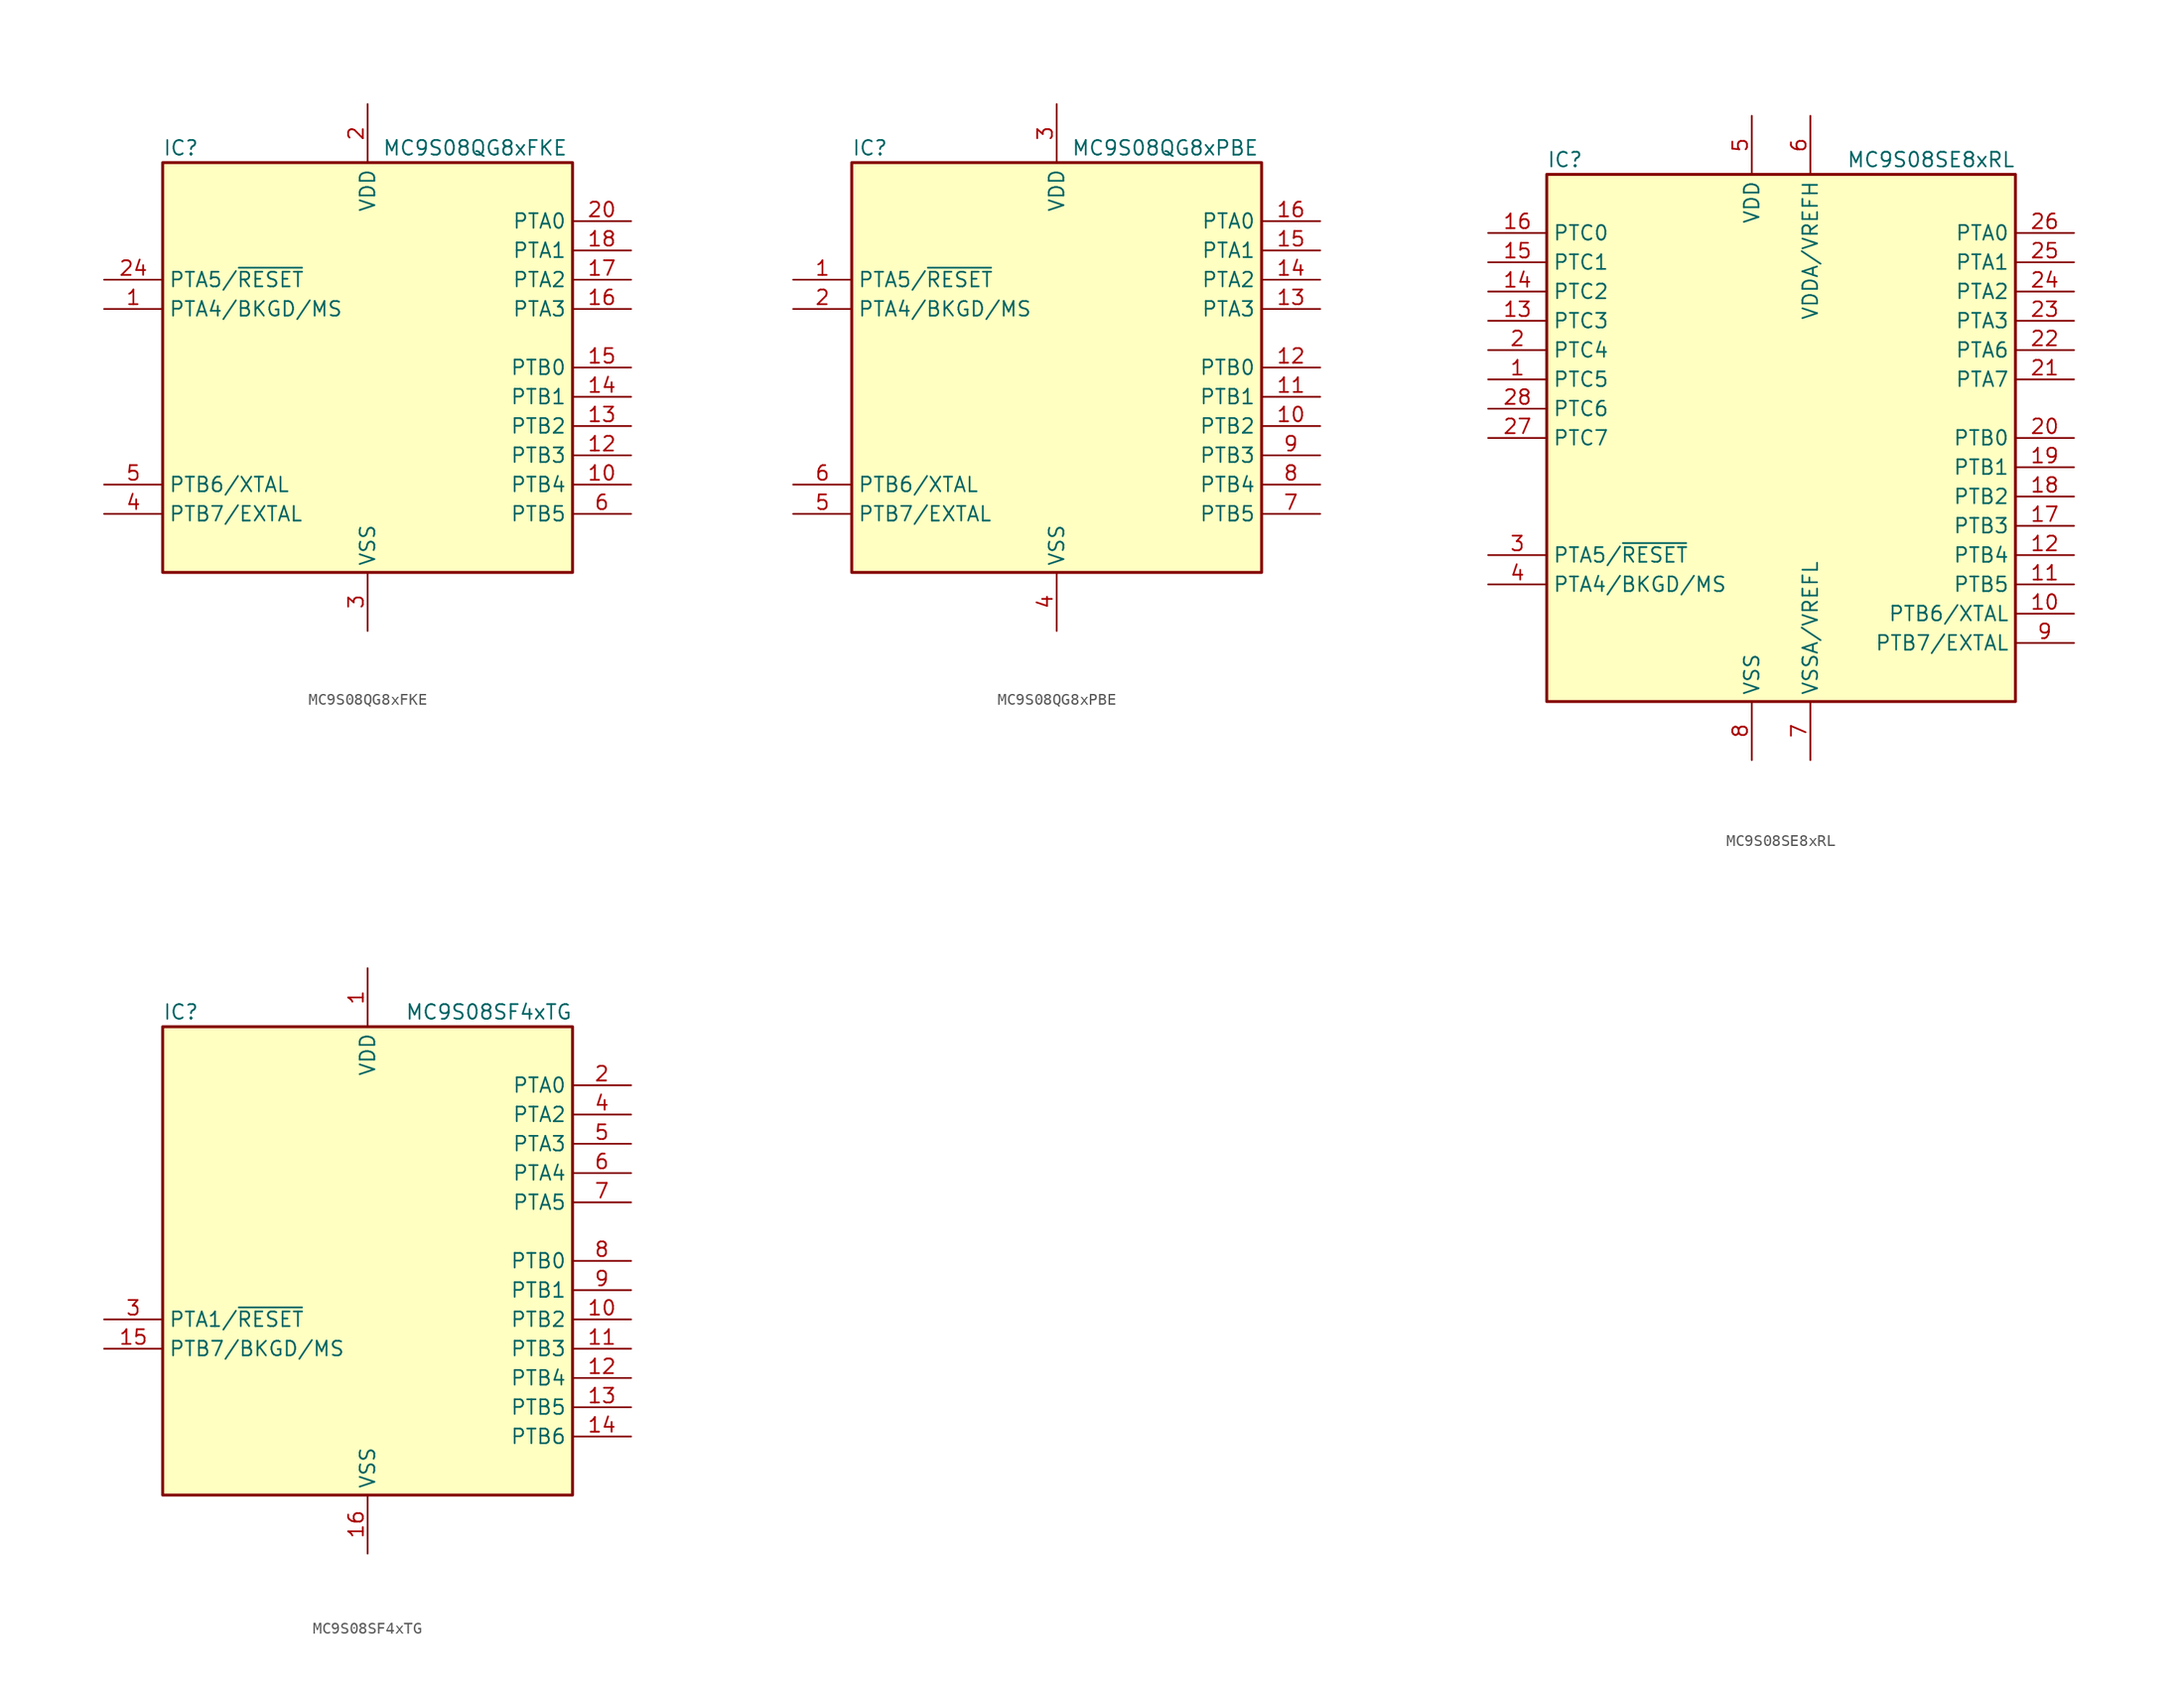
<source format=kicad_sym>
(kicad_symbol_lib
  (version 20201005)
  (generator kicad_symbol_editor)
  (symbol "MC9S08QG8xFKE"
    (property "Reference" "IC"
      (at -17.78 19.05 0)
      (effects (font (size 1.27 1.27)) (justify left)))
    (property "Value" "MC9S08QG8xFKE"
      (at 1.27 19.05 0)
      (effects (font (size 1.27 1.27)) (justify left)))
    (symbol "MC9S08QG8xFKE_0_1"
      (rectangle (start -17.78 17.78) (end 17.78 -17.78) (stroke (width 0.254)) (fill (type background))))
    (symbol "MC9S08QG8xFKE_1_1"
      (pin bidirectional line (at -22.86 5.08 0) (length 5.08) (name "PTA4/BKGD/MS" (effects (font (size 1.27 1.27)))) (number "1" (effects (font (size 1.27 1.27)))))
      (pin bidirectional line (at 22.86 -10.16 180) (length 5.08) (name "PTB4" (effects (font (size 1.27 1.27)))) (number "10" (effects (font (size 1.27 1.27)))))
      (pin bidirectional line (at 22.86 -7.62 180) (length 5.08) (name "PTB3" (effects (font (size 1.27 1.27)))) (number "12" (effects (font (size 1.27 1.27)))))
      (pin bidirectional line (at 22.86 -5.08 180) (length 5.08) (name "PTB2" (effects (font (size 1.27 1.27)))) (number "13" (effects (font (size 1.27 1.27)))))
      (pin bidirectional line (at 22.86 -2.54 180) (length 5.08) (name "PTB1" (effects (font (size 1.27 1.27)))) (number "14" (effects (font (size 1.27 1.27)))))
      (pin bidirectional line (at 22.86 0 180) (length 5.08) (name "PTB0" (effects (font (size 1.27 1.27)))) (number "15" (effects (font (size 1.27 1.27)))))
      (pin bidirectional line (at 22.86 5.08 180) (length 5.08) (name "PTA3" (effects (font (size 1.27 1.27)))) (number "16" (effects (font (size 1.27 1.27)))))
      (pin bidirectional line (at 22.86 7.62 180) (length 5.08) (name "PTA2" (effects (font (size 1.27 1.27)))) (number "17" (effects (font (size 1.27 1.27)))))
      (pin bidirectional line (at 22.86 10.16 180) (length 5.08) (name "PTA1" (effects (font (size 1.27 1.27)))) (number "18" (effects (font (size 1.27 1.27)))))
      (pin power_in line (at 0 22.86 270) (length 5.08) (name "VDD" (effects (font (size 1.27 1.27)))) (number "2" (effects (font (size 1.27 1.27)))))
      (pin bidirectional line (at 22.86 12.7 180) (length 5.08) (name "PTA0" (effects (font (size 1.27 1.27)))) (number "20" (effects (font (size 1.27 1.27)))))
      (pin bidirectional line (at -22.86 7.62 0) (length 5.08) (name "PTA5/~RESET" (effects (font (size 1.27 1.27)))) (number "24" (effects (font (size 1.27 1.27)))))
      (pin power_in line (at 0 -22.86 90) (length 5.08) (name "VSS" (effects (font (size 1.27 1.27)))) (number "3" (effects (font (size 1.27 1.27)))))
      (pin bidirectional line (at -22.86 -12.7 0) (length 5.08) (name "PTB7/EXTAL" (effects (font (size 1.27 1.27)))) (number "4" (effects (font (size 1.27 1.27)))))
      (pin bidirectional line (at -22.86 -10.16 0) (length 5.08) (name "PTB6/XTAL" (effects (font (size 1.27 1.27)))) (number "5" (effects (font (size 1.27 1.27)))))
      (pin bidirectional line (at 22.86 -12.7 180) (length 5.08) (name "PTB5" (effects (font (size 1.27 1.27)))) (number "6" (effects (font (size 1.27 1.27)))))))
  (symbol "MC9S08QG8xPBE"
    (property "Reference" "IC"
      (at -17.78 19.05 0)
      (effects (font (size 1.27 1.27)) (justify left)))
    (property "Value" "MC9S08QG8xPBE"
      (at 1.27 19.05 0)
      (effects (font (size 1.27 1.27)) (justify left)))
    (symbol "MC9S08QG8xPBE_0_1"
      (rectangle (start -17.78 17.78) (end 17.78 -17.78) (stroke (width 0.254)) (fill (type background))))
    (symbol "MC9S08QG8xPBE_1_1"
      (pin bidirectional line (at -22.86 7.62 0) (length 5.08) (name "PTA5/~RESET" (effects (font (size 1.27 1.27)))) (number "1" (effects (font (size 1.27 1.27)))))
      (pin bidirectional line (at 22.86 -5.08 180) (length 5.08) (name "PTB2" (effects (font (size 1.27 1.27)))) (number "10" (effects (font (size 1.27 1.27)))))
      (pin bidirectional line (at 22.86 -2.54 180) (length 5.08) (name "PTB1" (effects (font (size 1.27 1.27)))) (number "11" (effects (font (size 1.27 1.27)))))
      (pin bidirectional line (at 22.86 0 180) (length 5.08) (name "PTB0" (effects (font (size 1.27 1.27)))) (number "12" (effects (font (size 1.27 1.27)))))
      (pin bidirectional line (at 22.86 5.08 180) (length 5.08) (name "PTA3" (effects (font (size 1.27 1.27)))) (number "13" (effects (font (size 1.27 1.27)))))
      (pin bidirectional line (at 22.86 7.62 180) (length 5.08) (name "PTA2" (effects (font (size 1.27 1.27)))) (number "14" (effects (font (size 1.27 1.27)))))
      (pin bidirectional line (at 22.86 10.16 180) (length 5.08) (name "PTA1" (effects (font (size 1.27 1.27)))) (number "15" (effects (font (size 1.27 1.27)))))
      (pin bidirectional line (at 22.86 12.7 180) (length 5.08) (name "PTA0" (effects (font (size 1.27 1.27)))) (number "16" (effects (font (size 1.27 1.27)))))
      (pin bidirectional line (at -22.86 5.08 0) (length 5.08) (name "PTA4/BKGD/MS" (effects (font (size 1.27 1.27)))) (number "2" (effects (font (size 1.27 1.27)))))
      (pin power_in line (at 0 22.86 270) (length 5.08) (name "VDD" (effects (font (size 1.27 1.27)))) (number "3" (effects (font (size 1.27 1.27)))))
      (pin power_in line (at 0 -22.86 90) (length 5.08) (name "VSS" (effects (font (size 1.27 1.27)))) (number "4" (effects (font (size 1.27 1.27)))))
      (pin bidirectional line (at -22.86 -12.7 0) (length 5.08) (name "PTB7/EXTAL" (effects (font (size 1.27 1.27)))) (number "5" (effects (font (size 1.27 1.27)))))
      (pin bidirectional line (at -22.86 -10.16 0) (length 5.08) (name "PTB6/XTAL" (effects (font (size 1.27 1.27)))) (number "6" (effects (font (size 1.27 1.27)))))
      (pin bidirectional line (at 22.86 -12.7 180) (length 5.08) (name "PTB5" (effects (font (size 1.27 1.27)))) (number "7" (effects (font (size 1.27 1.27)))))
      (pin bidirectional line (at 22.86 -10.16 180) (length 5.08) (name "PTB4" (effects (font (size 1.27 1.27)))) (number "8" (effects (font (size 1.27 1.27)))))
      (pin bidirectional line (at 22.86 -7.62 180) (length 5.08) (name "PTB3" (effects (font (size 1.27 1.27)))) (number "9" (effects (font (size 1.27 1.27)))))))
  (symbol "MC9S08SE8xRL"
    (property "Reference" "IC"
      (at -20.32 24.13 0)
      (effects (font (size 1.27 1.27)) (justify left)))
    (property "Value" "MC9S08SE8xRL"
      (at 20.32 24.13 0)
      (effects (font (size 1.27 1.27)) (justify right)))
    (symbol "MC9S08SE8xRL_0_1"
      (rectangle (start -20.32 22.86) (end 20.32 -22.86) (stroke (width 0.254)) (fill (type background))))
    (symbol "MC9S08SE8xRL_1_1"
      (pin bidirectional line (at -25.4 5.08 0) (length 5.08) (name "PTC5" (effects (font (size 1.27 1.27)))) (number "1" (effects (font (size 1.27 1.27)))))
      (pin bidirectional line (at 25.4 -15.24 180) (length 5.08) (name "PTB6/XTAL" (effects (font (size 1.27 1.27)))) (number "10" (effects (font (size 1.27 1.27)))))
      (pin bidirectional line (at 25.4 -12.7 180) (length 5.08) (name "PTB5" (effects (font (size 1.27 1.27)))) (number "11" (effects (font (size 1.27 1.27)))))
      (pin bidirectional line (at 25.4 -10.16 180) (length 5.08) (name "PTB4" (effects (font (size 1.27 1.27)))) (number "12" (effects (font (size 1.27 1.27)))))
      (pin bidirectional line (at -25.4 10.16 0) (length 5.08) (name "PTC3" (effects (font (size 1.27 1.27)))) (number "13" (effects (font (size 1.27 1.27)))))
      (pin bidirectional line (at -25.4 12.7 0) (length 5.08) (name "PTC2" (effects (font (size 1.27 1.27)))) (number "14" (effects (font (size 1.27 1.27)))))
      (pin bidirectional line (at -25.4 15.24 0) (length 5.08) (name "PTC1" (effects (font (size 1.27 1.27)))) (number "15" (effects (font (size 1.27 1.27)))))
      (pin bidirectional line (at -25.4 17.78 0) (length 5.08) (name "PTC0" (effects (font (size 1.27 1.27)))) (number "16" (effects (font (size 1.27 1.27)))))
      (pin bidirectional line (at 25.4 -7.62 180) (length 5.08) (name "PTB3" (effects (font (size 1.27 1.27)))) (number "17" (effects (font (size 1.27 1.27)))))
      (pin bidirectional line (at 25.4 -5.08 180) (length 5.08) (name "PTB2" (effects (font (size 1.27 1.27)))) (number "18" (effects (font (size 1.27 1.27)))))
      (pin bidirectional line (at 25.4 -2.54 180) (length 5.08) (name "PTB1" (effects (font (size 1.27 1.27)))) (number "19" (effects (font (size 1.27 1.27)))))
      (pin bidirectional line (at -25.4 7.62 0) (length 5.08) (name "PTC4" (effects (font (size 1.27 1.27)))) (number "2" (effects (font (size 1.27 1.27)))))
      (pin bidirectional line (at 25.4 0 180) (length 5.08) (name "PTB0" (effects (font (size 1.27 1.27)))) (number "20" (effects (font (size 1.27 1.27)))))
      (pin bidirectional line (at 25.4 5.08 180) (length 5.08) (name "PTA7" (effects (font (size 1.27 1.27)))) (number "21" (effects (font (size 1.27 1.27)))))
      (pin bidirectional line (at 25.4 7.62 180) (length 5.08) (name "PTA6" (effects (font (size 1.27 1.27)))) (number "22" (effects (font (size 1.27 1.27)))))
      (pin bidirectional line (at 25.4 10.16 180) (length 5.08) (name "PTA3" (effects (font (size 1.27 1.27)))) (number "23" (effects (font (size 1.27 1.27)))))
      (pin bidirectional line (at 25.4 12.7 180) (length 5.08) (name "PTA2" (effects (font (size 1.27 1.27)))) (number "24" (effects (font (size 1.27 1.27)))))
      (pin bidirectional line (at 25.4 15.24 180) (length 5.08) (name "PTA1" (effects (font (size 1.27 1.27)))) (number "25" (effects (font (size 1.27 1.27)))))
      (pin bidirectional line (at 25.4 17.78 180) (length 5.08) (name "PTA0" (effects (font (size 1.27 1.27)))) (number "26" (effects (font (size 1.27 1.27)))))
      (pin bidirectional line (at -25.4 0 0) (length 5.08) (name "PTC7" (effects (font (size 1.27 1.27)))) (number "27" (effects (font (size 1.27 1.27)))))
      (pin bidirectional line (at -25.4 2.54 0) (length 5.08) (name "PTC6" (effects (font (size 1.27 1.27)))) (number "28" (effects (font (size 1.27 1.27)))))
      (pin bidirectional line (at -25.4 -10.16 0) (length 5.08) (name "PTA5/~RESET" (effects (font (size 1.27 1.27)))) (number "3" (effects (font (size 1.27 1.27)))))
      (pin bidirectional line (at -25.4 -12.7 0) (length 5.08) (name "PTA4/BKGD/MS" (effects (font (size 1.27 1.27)))) (number "4" (effects (font (size 1.27 1.27)))))
      (pin power_in line (at -2.54 27.94 270) (length 5.08) (name "VDD" (effects (font (size 1.27 1.27)))) (number "5" (effects (font (size 1.27 1.27)))))
      (pin power_in line (at 2.54 27.94 270) (length 5.08) (name "VDDA/VREFH" (effects (font (size 1.27 1.27)))) (number "6" (effects (font (size 1.27 1.27)))))
      (pin power_in line (at 2.54 -27.94 90) (length 5.08) (name "VSSA/VREFL" (effects (font (size 1.27 1.27)))) (number "7" (effects (font (size 1.27 1.27)))))
      (pin power_in line (at -2.54 -27.94 90) (length 5.08) (name "VSS" (effects (font (size 1.27 1.27)))) (number "8" (effects (font (size 1.27 1.27)))))
      (pin bidirectional line (at 25.4 -17.78 180) (length 5.08) (name "PTB7/EXTAL" (effects (font (size 1.27 1.27)))) (number "9" (effects (font (size 1.27 1.27)))))))
  (symbol "MC9S08SF4xTG"
    (property "Reference" "IC"
      (at -17.78 21.59 0)
      (effects (font (size 1.27 1.27)) (justify left)))
    (property "Value" "MC9S08SF4xTG"
      (at 17.78 21.59 0)
      (effects (font (size 1.27 1.27)) (justify right)))
    (symbol "MC9S08SF4xTG_0_1"
      (rectangle (start -17.78 20.32) (end 17.78 -20.32) (stroke (width 0.254)) (fill (type background))))
    (symbol "MC9S08SF4xTG_1_1"
      (pin power_in line (at 0 25.4 270) (length 5.08) (name "VDD" (effects (font (size 1.27 1.27)))) (number "1" (effects (font (size 1.27 1.27)))))
      (pin bidirectional line (at 22.86 -5.08 180) (length 5.08) (name "PTB2" (effects (font (size 1.27 1.27)))) (number "10" (effects (font (size 1.27 1.27)))))
      (pin bidirectional line (at 22.86 -7.62 180) (length 5.08) (name "PTB3" (effects (font (size 1.27 1.27)))) (number "11" (effects (font (size 1.27 1.27)))))
      (pin bidirectional line (at 22.86 -10.16 180) (length 5.08) (name "PTB4" (effects (font (size 1.27 1.27)))) (number "12" (effects (font (size 1.27 1.27)))))
      (pin bidirectional line (at 22.86 -12.7 180) (length 5.08) (name "PTB5" (effects (font (size 1.27 1.27)))) (number "13" (effects (font (size 1.27 1.27)))))
      (pin bidirectional line (at 22.86 -15.24 180) (length 5.08) (name "PTB6" (effects (font (size 1.27 1.27)))) (number "14" (effects (font (size 1.27 1.27)))))
      (pin bidirectional line (at -22.86 -7.62 0) (length 5.08) (name "PTB7/BKGD/MS" (effects (font (size 1.27 1.27)))) (number "15" (effects (font (size 1.27 1.27)))))
      (pin power_in line (at 0 -25.4 90) (length 5.08) (name "VSS" (effects (font (size 1.27 1.27)))) (number "16" (effects (font (size 1.27 1.27)))))
      (pin bidirectional line (at 22.86 15.24 180) (length 5.08) (name "PTA0" (effects (font (size 1.27 1.27)))) (number "2" (effects (font (size 1.27 1.27)))))
      (pin bidirectional line (at -22.86 -5.08 0) (length 5.08) (name "PTA1/~RESET" (effects (font (size 1.27 1.27)))) (number "3" (effects (font (size 1.27 1.27)))))
      (pin bidirectional line (at 22.86 12.7 180) (length 5.08) (name "PTA2" (effects (font (size 1.27 1.27)))) (number "4" (effects (font (size 1.27 1.27)))))
      (pin bidirectional line (at 22.86 10.16 180) (length 5.08) (name "PTA3" (effects (font (size 1.27 1.27)))) (number "5" (effects (font (size 1.27 1.27)))))
      (pin bidirectional line (at 22.86 7.62 180) (length 5.08) (name "PTA4" (effects (font (size 1.27 1.27)))) (number "6" (effects (font (size 1.27 1.27)))))
      (pin bidirectional line (at 22.86 5.08 180) (length 5.08) (name "PTA5" (effects (font (size 1.27 1.27)))) (number "7" (effects (font (size 1.27 1.27)))))
      (pin bidirectional line (at 22.86 0 180) (length 5.08) (name "PTB0" (effects (font (size 1.27 1.27)))) (number "8" (effects (font (size 1.27 1.27)))))
      (pin bidirectional line (at 22.86 -2.54 180) (length 5.08) (name "PTB1" (effects (font (size 1.27 1.27)))) (number "9" (effects (font (size 1.27 1.27))))))))
</source>
